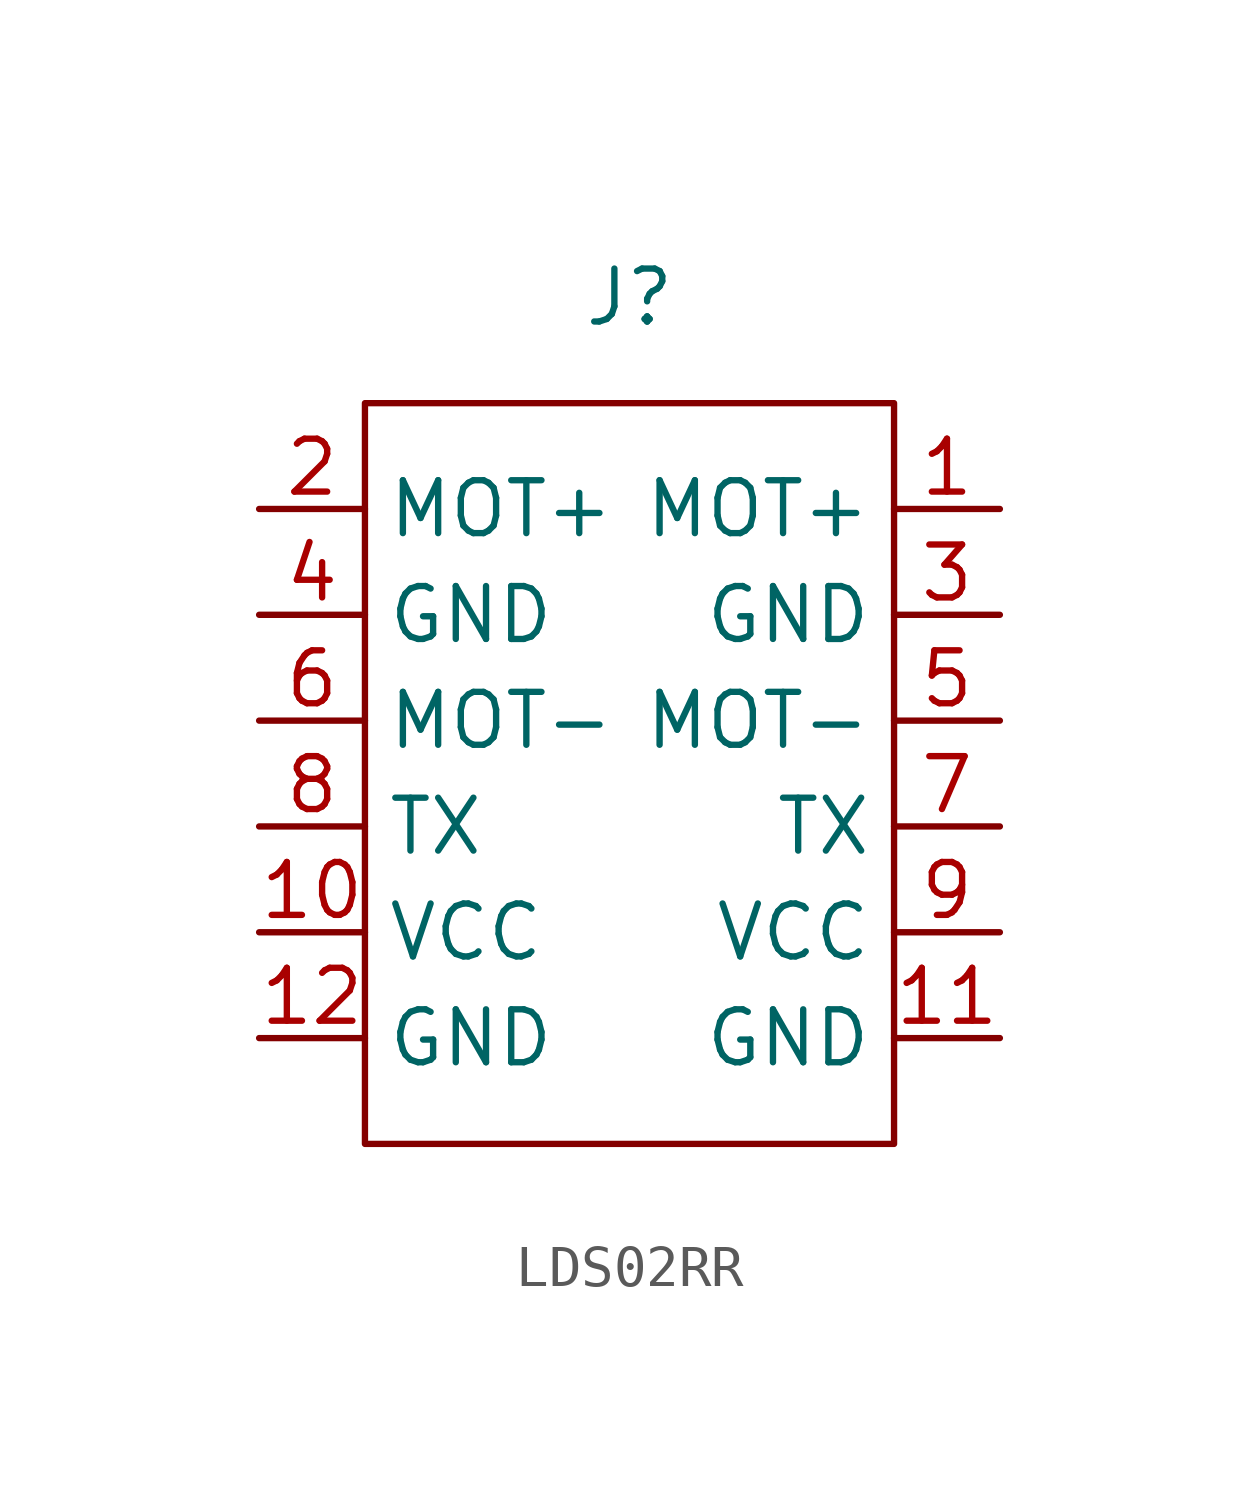
<source format=kicad_sym>
(kicad_symbol_lib
  (version 20220914)
  (generator kicad_symbol_editor)
  (symbol "LDS02RR"
    (property "Reference" "J"
      (at 0 0 0)
      (effects (font (size 1.27 1.27))))
    (property "Value" ""
      (at 0 0 0)
      (effects (font (size 1.27 1.27))))
    (symbol "LDS02RR_0_1"
      (rectangle (start -6.35 -2.54) (end 6.35 -20.32) (stroke (width 0) (type default)) (fill (type none))))
    (symbol "LDS02RR_1_1"
      (pin passive line (at 8.89 -5.08 180) (length 2.54) (name "MOT+" (effects (font (size 1.27 1.27)))) (number "1" (effects (font (size 1.27 1.27)))))
      (pin power_in line (at -8.89 -15.24 0) (length 2.54) (name "VCC" (effects (font (size 1.27 1.27)))) (number "10" (effects (font (size 1.27 1.27)))))
      (pin passive line (at 8.89 -17.78 180) (length 2.54) (name "GND" (effects (font (size 1.27 1.27)))) (number "11" (effects (font (size 1.27 1.27)))))
      (pin passive line (at -8.89 -17.78 0) (length 2.54) (name "GND" (effects (font (size 1.27 1.27)))) (number "12" (effects (font (size 1.27 1.27)))))
      (pin passive line (at -8.89 -5.08 0) (length 2.54) (name "MOT+" (effects (font (size 1.27 1.27)))) (number "2" (effects (font (size 1.27 1.27)))))
      (pin passive line (at 8.89 -7.62 180) (length 2.54) (name "GND" (effects (font (size 1.27 1.27)))) (number "3" (effects (font (size 1.27 1.27)))))
      (pin passive line (at -8.89 -7.62 0) (length 2.54) (name "GND" (effects (font (size 1.27 1.27)))) (number "4" (effects (font (size 1.27 1.27)))))
      (pin passive line (at 8.89 -10.16 180) (length 2.54) (name "MOT-" (effects (font (size 1.27 1.27)))) (number "5" (effects (font (size 1.27 1.27)))))
      (pin passive line (at -8.89 -10.16 0) (length 2.54) (name "MOT-" (effects (font (size 1.27 1.27)))) (number "6" (effects (font (size 1.27 1.27)))))
      (pin output line (at 8.89 -12.7 180) (length 2.54) (name "TX" (effects (font (size 1.27 1.27)))) (number "7" (effects (font (size 1.27 1.27)))))
      (pin output line (at -8.89 -12.7 0) (length 2.54) (name "TX" (effects (font (size 1.27 1.27)))) (number "8" (effects (font (size 1.27 1.27)))))
      (pin power_in line (at 8.89 -15.24 180) (length 2.54) (name "VCC" (effects (font (size 1.27 1.27)))) (number "9" (effects (font (size 1.27 1.27))))))))
</source>
